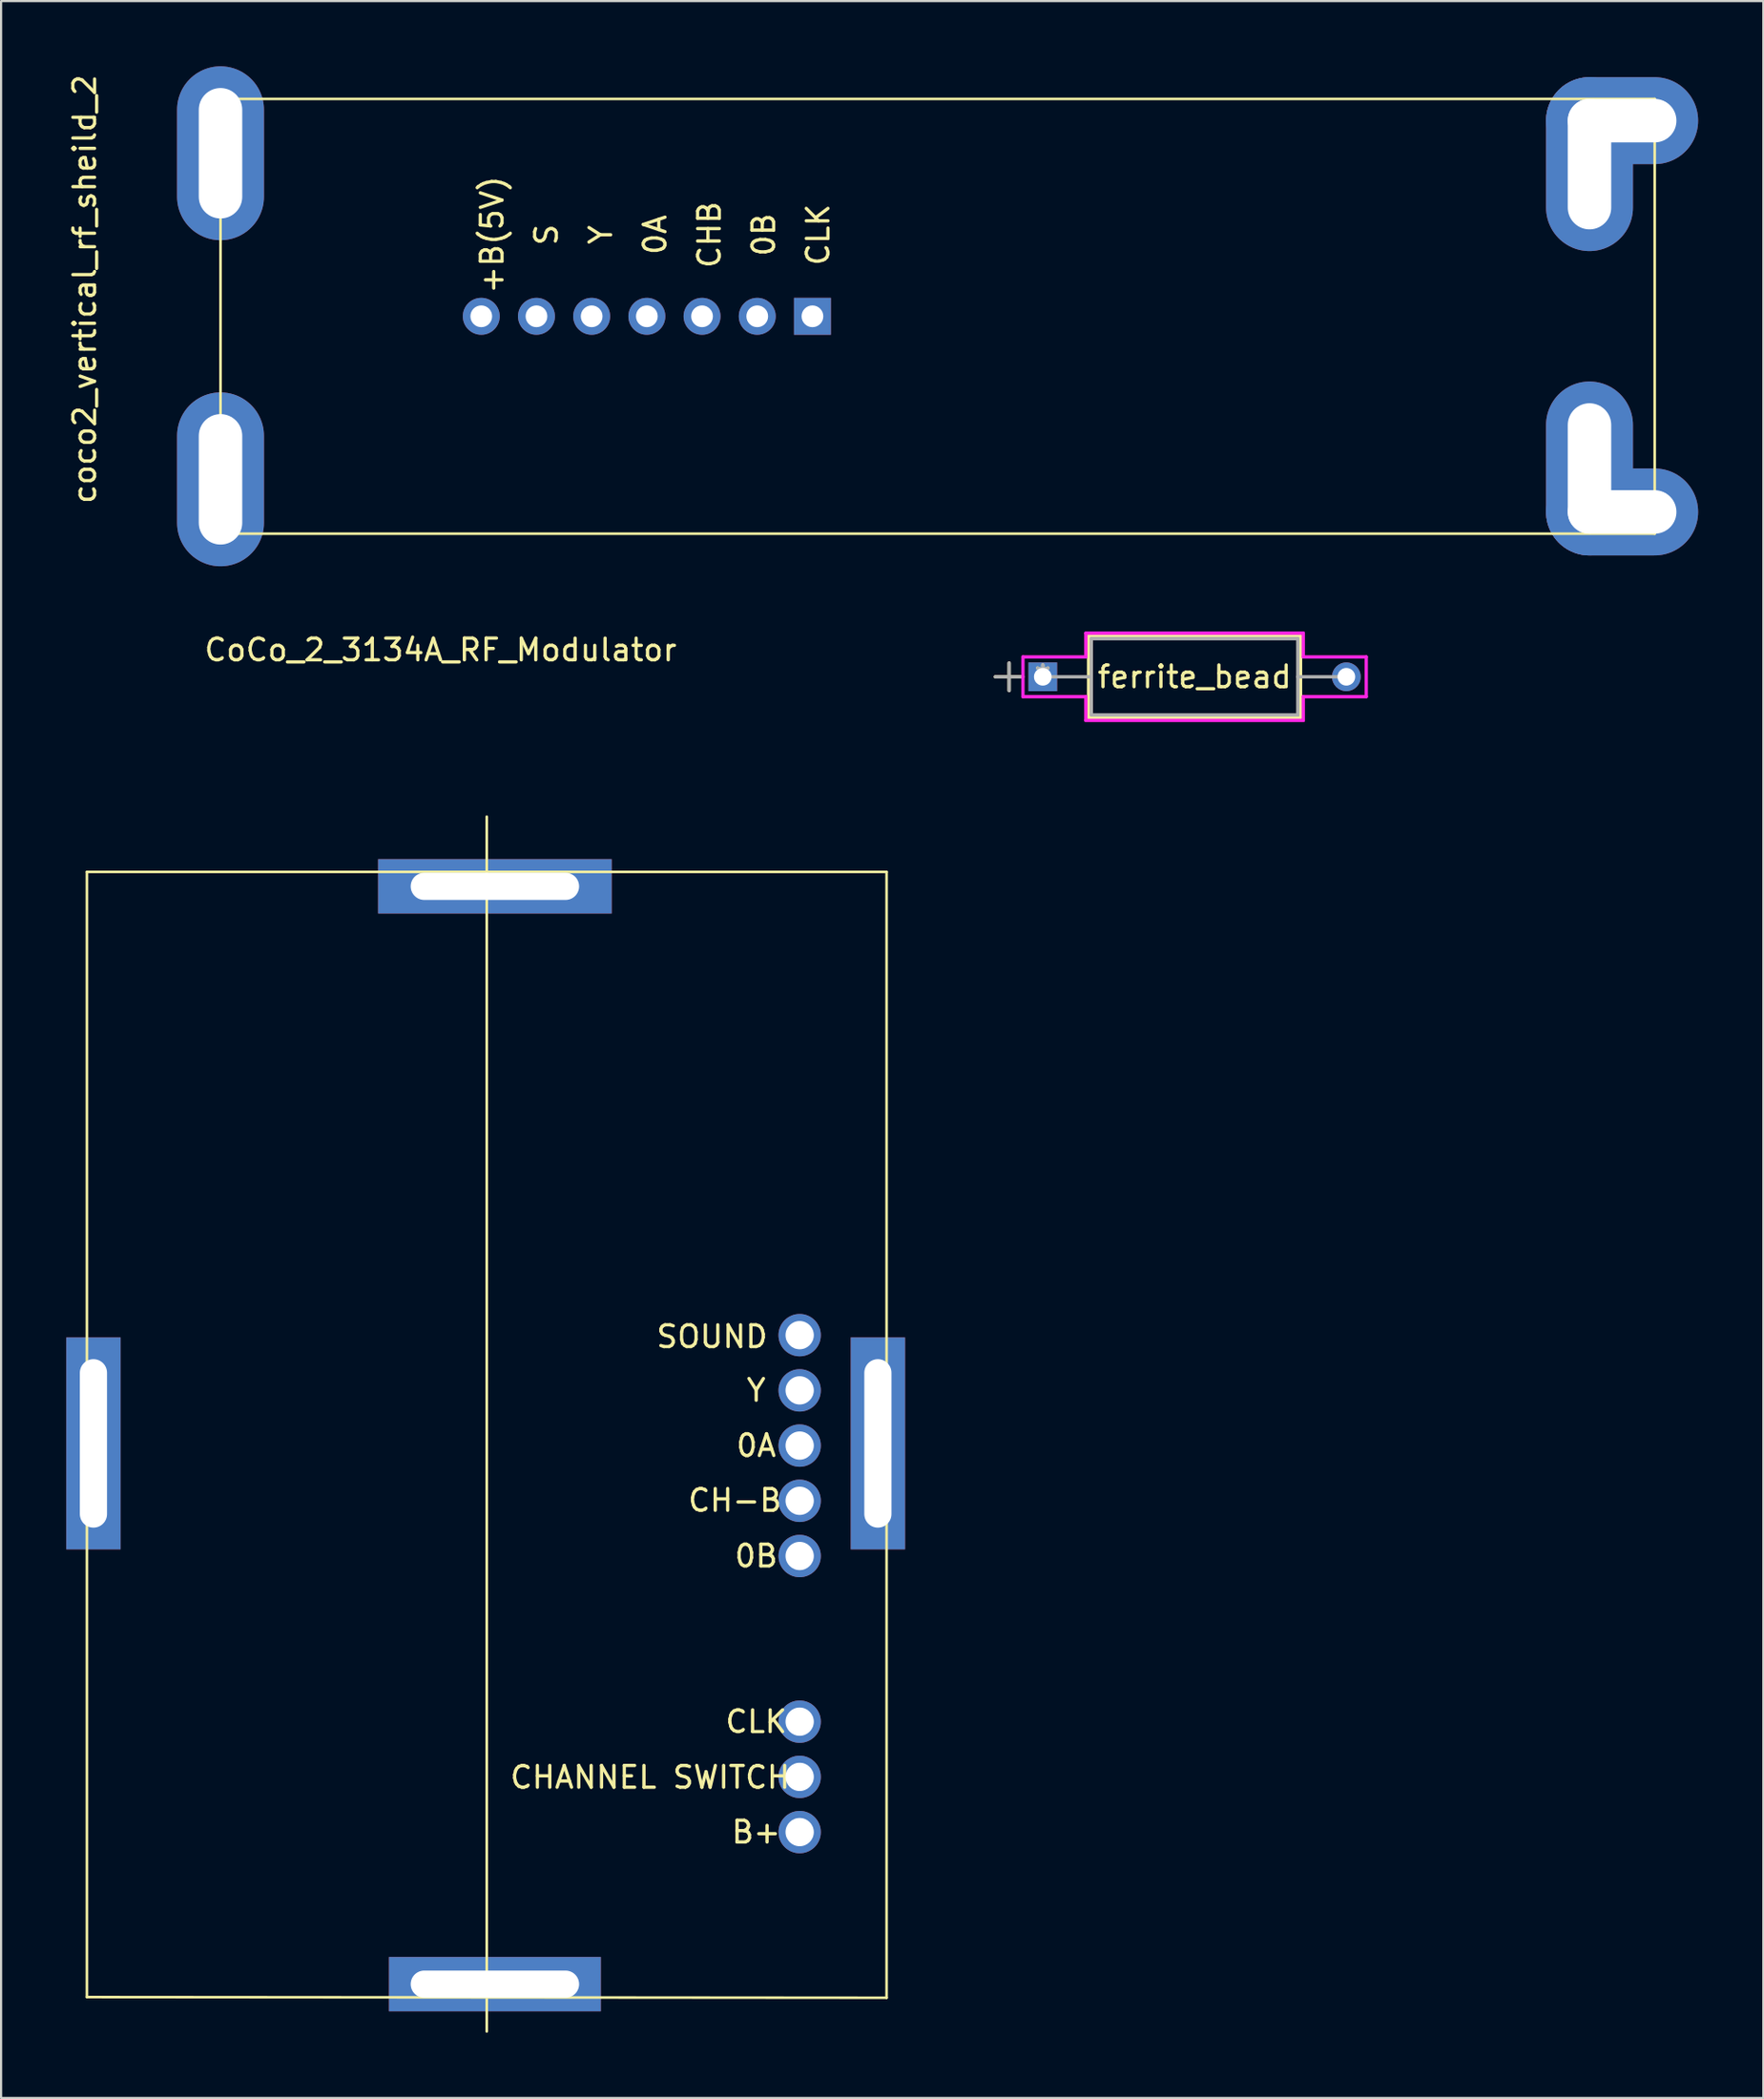
<source format=kicad_pcb>
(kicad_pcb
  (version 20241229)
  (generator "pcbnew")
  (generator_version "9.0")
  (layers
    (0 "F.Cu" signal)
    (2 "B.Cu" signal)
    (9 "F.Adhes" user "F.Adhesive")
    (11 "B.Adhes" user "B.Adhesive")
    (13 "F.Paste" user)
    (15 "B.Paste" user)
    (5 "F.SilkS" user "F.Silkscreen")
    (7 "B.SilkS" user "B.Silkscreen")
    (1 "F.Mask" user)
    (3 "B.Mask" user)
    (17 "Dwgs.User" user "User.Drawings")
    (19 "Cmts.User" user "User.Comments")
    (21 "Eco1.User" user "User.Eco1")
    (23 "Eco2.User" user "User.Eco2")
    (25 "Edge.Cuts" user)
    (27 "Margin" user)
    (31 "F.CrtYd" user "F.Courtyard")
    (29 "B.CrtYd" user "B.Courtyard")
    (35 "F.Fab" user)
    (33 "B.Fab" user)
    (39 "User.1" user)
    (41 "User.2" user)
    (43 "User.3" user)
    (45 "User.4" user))
  (footprint "ferrite_bead"
    (layer "F.Cu")
    (at 44.939 28.083)
    (property "Reference" "ferrite_bead" (at 6.985 0 0) (layer "F.SilkS") (effects (font (size 1 1) (thickness 0.15))))
    (attr through_hole)
    (fp_line (start -2.184 0) (end -0.993 0) (stroke (width 0.152) (type solid)) (layer "F.SilkS"))
    (fp_line (start -1.549 -0.635) (end -1.549 0.635) (stroke (width 0.152) (type solid)) (layer "F.SilkS"))
    (fp_line (start 2.108 -1.88) (end 2.108 1.88) (stroke (width 0.152) (type solid)) (layer "F.SilkS"))
    (fp_line (start 2.108 1.88) (end 11.862 1.88) (stroke (width 0.152) (type solid)) (layer "F.SilkS"))
    (fp_line (start 11.862 -1.88) (end 2.108 -1.88) (stroke (width 0.152) (type solid)) (layer "F.SilkS"))
    (fp_line (start 11.862 1.88) (end 11.862 -1.88) (stroke (width 0.152) (type solid)) (layer "F.SilkS"))
    (fp_line (start -0.914 -0.914) (end 1.981 -0.914) (stroke (width 0.152) (type solid)) (layer "F.CrtYd"))
    (fp_line (start -0.914 0.914) (end -0.914 -0.914) (stroke (width 0.152) (type solid)) (layer "F.CrtYd"))
    (fp_line (start 1.981 -2.007) (end 11.989 -2.007) (stroke (width 0.152) (type solid)) (layer "F.CrtYd"))
    (fp_line (start 1.981 -0.914) (end 1.981 -2.007) (stroke (width 0.152) (type solid)) (layer "F.CrtYd"))
    (fp_line (start 1.981 0.914) (end -0.914 0.914) (stroke (width 0.152) (type solid)) (layer "F.CrtYd"))
    (fp_line (start 1.981 2.007) (end 1.981 0.914) (stroke (width 0.152) (type solid)) (layer "F.CrtYd"))
    (fp_line (start 11.989 -2.007) (end 11.989 -0.914) (stroke (width 0.152) (type solid)) (layer "F.CrtYd"))
    (fp_line (start 11.989 -0.914) (end 14.884 -0.914) (stroke (width 0.152) (type solid)) (layer "F.CrtYd"))
    (fp_line (start 11.989 0.914) (end 11.989 2.007) (stroke (width 0.152) (type solid)) (layer "F.CrtYd"))
    (fp_line (start 11.989 2.007) (end 1.981 2.007) (stroke (width 0.152) (type solid)) (layer "F.CrtYd"))
    (fp_line (start 14.884 -0.914) (end 14.884 0.914) (stroke (width 0.152) (type solid)) (layer "F.CrtYd"))
    (fp_line (start 14.884 0.914) (end 11.989 0.914) (stroke (width 0.152) (type solid)) (layer "F.CrtYd"))
    (fp_line (start -2.184 0) (end -0.914 0) (stroke (width 0.152) (type solid)) (layer "F.Fab"))
    (fp_line (start -1.549 -0.635) (end -1.549 0.635) (stroke (width 0.152) (type solid)) (layer "F.Fab"))
    (fp_line (start 0 0) (end 2.235 0) (stroke (width 0.152) (type solid)) (layer "F.Fab"))
    (fp_line (start 2.235 -1.753) (end 2.235 1.753) (stroke (width 0.152) (type solid)) (layer "F.Fab"))
    (fp_line (start 2.235 1.753) (end 11.735 1.753) (stroke (width 0.152) (type solid)) (layer "F.Fab"))
    (fp_line (start 11.735 -1.753) (end 2.235 -1.753) (stroke (width 0.152) (type solid)) (layer "F.Fab"))
    (fp_line (start 11.735 1.753) (end 11.735 -1.753) (stroke (width 0.152) (type solid)) (layer "F.Fab"))
    (fp_line (start 13.97 0) (end 11.735 0) (stroke (width 0.152) (type solid)) (layer "F.Fab"))
    (fp_text user "*" (at 0 0 0) (layer "F.SilkS") (effects (font (size 1 1) (thickness 0.15))))
    (fp_text user "Copyright 2016 Accelerated Designs. All rights reserved." (at 0 0 0) (layer "Cmts.User") (effects (font (size 0.127 0.127) (thickness 0.002))))
    (fp_text user "*" (at 0 0 0) (layer "F.Fab") (effects (font (size 1 1) (thickness 0.15))))
    (pad "1" thru_hole rect (at 0 0) (size 1.321 1.321) (drill 0.813) (layers "*.Cu" "*.Mask"))
    (pad "2" thru_hole circle (at 13.97 0) (size 1.321 1.321) (drill 0.813) (layers "*.Cu" "*.Mask")))
  (footprint "coco2_vertical_rf_sheild_2"
    (layer "F.Cu")
    (at 7.098 1.5)
    (property "Reference" "coco2_vertical_rf_sheild_2" (at -6.25 8.75 90) (layer "F.SilkS") (effects (font (size 1 1) (thickness 0.15))))
    (attr through_hole)
    (fp_line (start 0 0) (end 66 0) (stroke (width 0.12) (type solid)) (layer "F.SilkS"))
    (fp_line (start 0 20) (end 0 0) (stroke (width 0.12) (type solid)) (layer "F.SilkS"))
    (fp_line (start 66 0) (end 66 20) (stroke (width 0.12) (type solid)) (layer "F.SilkS"))
    (fp_line (start 66 20) (end 0 20) (stroke (width 0.12) (type solid)) (layer "F.SilkS"))
    (fp_text user "S" (at 15 6.25 90) (layer "F.SilkS") (effects (font (size 1 1) (thickness 0.15))))
    (fp_text user "0B" (at 25 6.25 270) (layer "F.SilkS") (effects (font (size 1 1) (thickness 0.15))))
    (fp_text user "+B(5V)" (at 12.5 6.25 90) (layer "F.SilkS") (effects (font (size 1 1) (thickness 0.15))))
    (fp_text user "0A" (at 20 6.25 90) (layer "F.SilkS") (effects (font (size 1 1) (thickness 0.15))))
    (fp_text user "CLK" (at 27.5 6.25 270) (layer "F.SilkS") (effects (font (size 1 1) (thickness 0.15))))
    (fp_text user "CHB" (at 22.5 6.25 90) (layer "F.SilkS") (effects (font (size 1 1) (thickness 0.15))))
    (fp_text user "Y" (at 17.5 6.25 270) (layer "F.SilkS") (effects (font (size 1 1) (thickness 0.15))))
    (pad "1" thru_hole rect (at 27.24 10) (size 1.7 1.7) (drill 1) (layers "*.Cu" "*.Mask"))
    (pad "2" thru_hole circle (at 24.7 10) (size 1.7 1.7) (drill 1) (layers "*.Cu" "*.Mask"))
    (pad "3" thru_hole circle (at 22.16 10) (size 1.7 1.7) (drill 1) (layers "*.Cu" "*.Mask"))
    (pad "4" thru_hole circle (at 19.62 10) (size 1.7 1.7) (drill 1) (layers "*.Cu" "*.Mask"))
    (pad "5" thru_hole circle (at 17.08 10) (size 1.7 1.7) (drill 1) (layers "*.Cu" "*.Mask"))
    (pad "6" thru_hole circle (at 14.54 10) (size 1.7 1.7) (drill 1) (layers "*.Cu" "*.Mask"))
    (pad "7" thru_hole circle (at 12 10) (size 1.7 1.7) (drill 1) (layers "*.Cu" "*.Mask"))
    (pad "8" thru_hole oval (at 0 2.5 90) (size 8 4) (drill oval 6 2) (layers "*.Cu" "*.Mask"))
    (pad "8" thru_hole oval (at 0 17.5 90) (size 8 4) (drill oval 6 2) (layers "*.Cu" "*.Mask"))
    (pad "8" thru_hole oval (at 63 3 90) (size 8 4) (drill oval 6 2) (layers "*.Cu" "*.Mask"))
    (pad "8" thru_hole oval (at 63 17 90) (size 8 4) (drill oval 6 2) (layers "*.Cu" "*.Mask"))
    (pad "8" thru_hole oval (at 64.5 1 180) (size 7 4) (drill oval 5 2) (layers "*.Cu" "*.Mask"))
    (pad "8" thru_hole oval (at 64.5 19 180) (size 7 4) (drill oval 5 2) (layers "*.Cu" "*.Mask")))
  (footprint "CoCo_2_3134A_RF_Modulator"
    (layer "F.Cu")
    (at 38.95 34.848)
    (property "Reference" "CoCo_2_3134A_RF_Modulator" (at -21.725 -8 0) (layer "F.SilkS") (effects (font (size 1 1) (thickness 0.15))))
    (attr through_hole)
    (fp_line (start -38 2.21) (end -1.2 2.21) (stroke (width 0.12) (type solid)) (layer "F.SilkS"))
    (fp_line (start -38 53.97) (end -38 2.21) (stroke (width 0.12) (type solid)) (layer "F.SilkS"))
    (fp_line (start -19.6 -0.33) (end -19.6 55.55) (stroke (width 0.12) (type solid)) (layer "F.SilkS"))
    (fp_line (start -1.2 2.21) (end -1.2 54) (stroke (width 0.12) (type solid)) (layer "F.SilkS"))
    (fp_line (start -1.2 54) (end -38 53.97) (stroke (width 0.12) (type solid)) (layer "F.SilkS"))
    (fp_text user "0B" (at -7.2 33.68 0) (layer "F.SilkS") (effects (font (size 1 1) (thickness 0.15))))
    (fp_text user "Y" (at -7.2 26.06 0) (layer "F.SilkS") (effects (font (size 1 1) (thickness 0.15))))
    (fp_text user "CLK" (at -7.2 41.3 0) (layer "F.SilkS") (effects (font (size 1 1) (thickness 0.15))))
    (fp_text user "SOUND" (at -9.23 23.59 0) (layer "F.SilkS") (effects (font (size 1 1) (thickness 0.15))))
    (fp_text user "CHANNEL SWITCH" (at -12.08 43.86 0) (layer "F.SilkS") (effects (font (size 1 1) (thickness 0.15))))
    (fp_text user "0A" (at -7.2 28.6 0) (layer "F.SilkS") (effects (font (size 1 1) (thickness 0.15))))
    (fp_text user "CH-B" (at -8.18 31.12 0) (layer "F.SilkS") (effects (font (size 1 1) (thickness 0.15))))
    (fp_text user "B+" (at -7.2 46.38 0) (layer "F.SilkS") (effects (font (size 1 1) (thickness 0.15))))
    (pad "1" thru_hole circle (at -5.2 46.38) (size 1.95 1.95) (drill 1.3) (layers "*.Cu" "*.Mask"))
    (pad "2" thru_hole circle (at -5.2 43.84) (size 1.95 1.95) (drill 1.3) (layers "*.Cu" "*.Mask"))
    (pad "3" thru_hole circle (at -5.2 41.3) (size 1.95 1.95) (drill 1.3) (layers "*.Cu" "*.Mask"))
    (pad "4" thru_hole circle (at -5.2 33.68) (size 1.95 1.95) (drill 1.3) (layers "*.Cu" "*.Mask"))
    (pad "5" thru_hole circle (at -5.2 31.14) (size 1.95 1.95) (drill 1.3) (layers "*.Cu" "*.Mask"))
    (pad "6" thru_hole circle (at -5.2 28.6) (size 1.95 1.95) (drill 1.3) (layers "*.Cu" "*.Mask"))
    (pad "7" thru_hole circle (at -5.2 26.06) (size 1.95 1.95) (drill 1.3) (layers "*.Cu" "*.Mask"))
    (pad "8" thru_hole circle (at -5.2 23.52) (size 1.95 1.95) (drill 1.3) (layers "*.Cu" "*.Mask"))
    (pad "9" thru_hole rect (at -37.7 28.5 90) (size 9.75 2.5) (drill oval 7.75 1.25) (layers "*.Cu" "*.Mask"))
    (pad "9" thru_hole rect (at -19.225 2.875) (size 10.75 2.5) (drill oval 7.75 1.25) (layers "*.Cu" "*.Mask"))
    (pad "9" thru_hole rect (at -19.225 53.375) (size 9.75 2.5) (drill oval 7.75 1.25) (layers "*.Cu" "*.Mask"))
    (pad "9" thru_hole rect (at -1.6 28.5 90) (size 9.75 2.5) (drill oval 7.75 1.25) (layers "*.Cu" "*.Mask")))
  (gr_rect
    (start -3 -3)
    (end 78.098 93.458)
    (stroke (width 0.1) (type default))
    (fill no)
    (layer "Edge.Cuts")))
</source>
